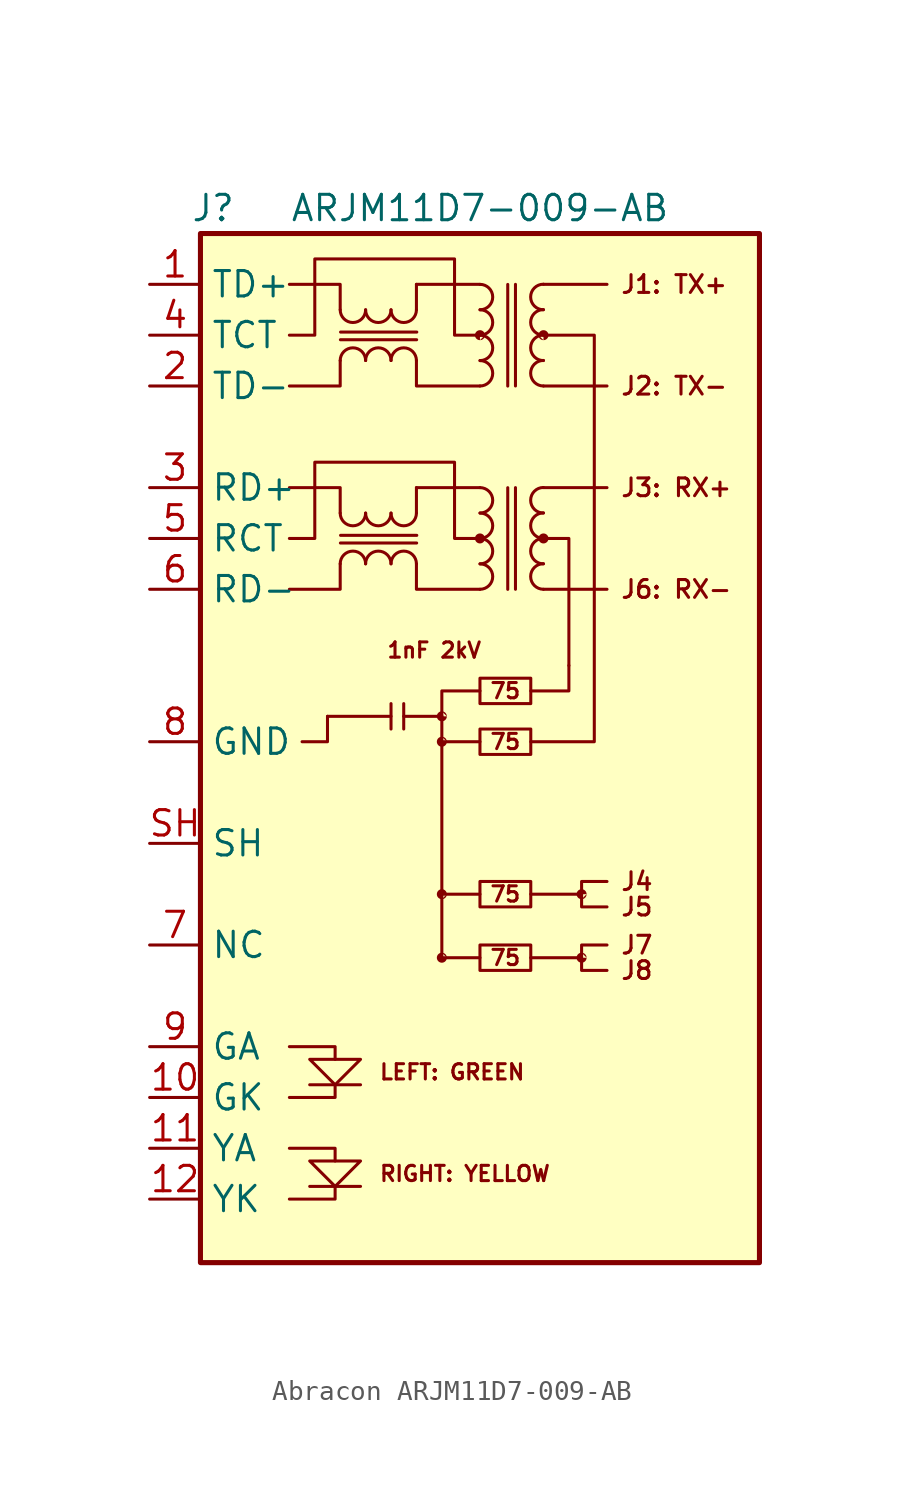
<source format=kicad_sym>
(kicad_symbol_lib
  (version 20241209)
  (generator "kicad_symbol_editor")
  (generator_version "9.0")
  (symbol "Abracon ARJM11D7-009-AB"
    (property "Reference" "J"
      (at 0.635 1.27 0)
      (effects (font (size 1.27 1.27))))
    (property "Value" "ARJM11D7-009-AB"
      (at 13.97 1.27 0)
      (effects (font (size 1.27 1.27))))
    (symbol "Abracon ARJM11D7-009-AB_0_0"
      (polyline (pts (xy 4.445 -40.64) (xy 6.731 -40.64) (xy 6.731 -41.275)) (stroke (width 0) (type default)) (fill (type none)))
      (polyline (pts (xy 4.445 -43.18) (xy 6.731 -43.18) (xy 6.731 -42.545)) (stroke (width 0) (type default)) (fill (type none)))
      (polyline (pts (xy 4.445 -45.72) (xy 6.731 -45.72) (xy 6.731 -46.355)) (stroke (width 0) (type default)) (fill (type none)))
      (polyline (pts (xy 5.461 -46.355) (xy 8.001 -46.355) (xy 6.731 -47.625) (xy 5.461 -46.355)) (stroke (width 0) (type default)) (fill (type none)))
      (polyline (pts (xy 6.731 -47.625) (xy 6.731 -48.26) (xy 4.445 -48.26)) (stroke (width 0) (type default)) (fill (type none)))
      (polyline (pts (xy 8.001 -41.275) (xy 5.461 -41.275) (xy 6.731 -42.545) (xy 8.001 -41.275)) (stroke (width 0) (type default)) (fill (type none)))
      (polyline (pts (xy 8.001 -42.545) (xy 5.461 -42.545)) (stroke (width 0) (type default)) (fill (type none)))
      (polyline (pts (xy 8.001 -47.625) (xy 5.461 -47.625)) (stroke (width 0) (type default)) (fill (type none)))
      (text "75" (at 15.24 -22.86 0) (effects (font (size 0.762 0.762))))
      (text "75" (at 15.24 -25.4 0) (effects (font (size 0.762 0.762))))
      (text "75" (at 15.24 -33.02 0) (effects (font (size 0.762 0.762))))
      (text "75" (at 15.24 -36.195 0) (effects (font (size 0.762 0.762)))))
    (symbol "Abracon ARJM11D7-009-AB_0_1"
      (polyline (pts (xy 4.445 -2.54) (xy 6.985 -2.54) (xy 6.985 -3.81)) (stroke (width 0) (type default)) (fill (type none)))
      (polyline (pts (xy 4.445 -5.08) (xy 5.715 -5.08) (xy 5.715 -1.27) (xy 12.7 -1.27) (xy 12.7 -5.08) (xy 13.97 -5.08)) (stroke (width 0) (type default)) (fill (type none)))
      (polyline (pts (xy 4.445 -7.62) (xy 6.985 -7.62) (xy 6.985 -6.35)) (stroke (width 0) (type default)) (fill (type none)))
      (polyline (pts (xy 4.445 -12.7) (xy 6.985 -12.7) (xy 6.985 -13.97)) (stroke (width 0) (type default)) (fill (type none)))
      (polyline (pts (xy 4.445 -15.24) (xy 5.715 -15.24) (xy 5.715 -11.43) (xy 12.7 -11.43) (xy 12.7 -15.24) (xy 13.97 -15.24)) (stroke (width 0) (type default)) (fill (type none)))
      (polyline (pts (xy 4.445 -17.78) (xy 6.985 -17.78) (xy 6.985 -16.51)) (stroke (width 0) (type default)) (fill (type none)))
      (arc (start 8.255 -3.8127) (mid 7.62 -4.445) (end 6.985 -3.8127) (stroke (width 0) (type default)) (fill (type none)))
      (arc (start 6.985 -6.3473) (mid 7.62 -5.715) (end 8.255 -6.3473) (stroke (width 0) (type default)) (fill (type none)))
      (arc (start 8.255 -13.9727) (mid 7.62 -14.605) (end 6.985 -13.9727) (stroke (width 0) (type default)) (fill (type none)))
      (arc (start 6.985 -16.5073) (mid 7.62 -15.875) (end 8.255 -16.5073) (stroke (width 0) (type default)) (fill (type none)))
      (arc (start 9.525 -3.8127) (mid 8.89 -4.445) (end 8.255 -3.8127) (stroke (width 0) (type default)) (fill (type none)))
      (arc (start 8.255 -6.3473) (mid 8.89 -5.715) (end 9.525 -6.3473) (stroke (width 0) (type default)) (fill (type none)))
      (arc (start 9.525 -13.9727) (mid 8.89 -14.605) (end 8.255 -13.9727) (stroke (width 0) (type default)) (fill (type none)))
      (arc (start 8.255 -16.5073) (mid 8.89 -15.875) (end 9.525 -16.5073) (stroke (width 0) (type default)) (fill (type none)))
      (arc (start 10.795 -3.8127) (mid 10.16 -4.445) (end 9.525 -3.8127) (stroke (width 0) (type default)) (fill (type none)))
      (arc (start 9.525 -6.3473) (mid 10.16 -5.715) (end 10.795 -6.3473) (stroke (width 0) (type default)) (fill (type none)))
      (arc (start 10.795 -13.9727) (mid 10.16 -14.605) (end 9.525 -13.9727) (stroke (width 0) (type default)) (fill (type none)))
      (arc (start 9.525 -16.5073) (mid 10.16 -15.875) (end 10.795 -16.5073) (stroke (width 0) (type default)) (fill (type none)))
      (polyline (pts (xy 10.795 -3.81) (xy 10.795 -2.54)) (stroke (width 0) (type default)) (fill (type none)))
      (polyline (pts (xy 10.795 -6.35) (xy 10.795 -7.62) (xy 13.97 -7.62)) (stroke (width 0) (type default)) (fill (type none)))
      (polyline (pts (xy 10.795 -13.97) (xy 10.795 -12.7)) (stroke (width 0) (type default)) (fill (type none)))
      (polyline (pts (xy 10.795 -16.51) (xy 10.795 -17.78) (xy 13.97 -17.78)) (stroke (width 0) (type default)) (fill (type none)))
      (polyline (pts (xy 10.806 -5.308) (xy 6.995 -5.308)) (stroke (width 0) (type default)) (fill (type none)))
      (polyline (pts (xy 10.806 -15.468) (xy 6.995 -15.468)) (stroke (width 0) (type default)) (fill (type none)))
      (polyline (pts (xy 10.813 -4.925) (xy 7.003 -4.925)) (stroke (width 0) (type default)) (fill (type none)))
      (polyline (pts (xy 10.813 -15.085) (xy 7.003 -15.085)) (stroke (width 0) (type default)) (fill (type none)))
      (polyline (pts (xy 13.97 -2.54) (xy 10.795 -2.54)) (stroke (width 0) (type default)) (fill (type none)))
      (arc (start 13.9727 -2.54) (mid 14.605 -3.175) (end 13.9727 -3.81) (stroke (width 0) (type default)) (fill (type none)))
      (arc (start 13.9727 -3.81) (mid 14.605 -4.445) (end 13.9727 -5.08) (stroke (width 0) (type default)) (fill (type none)))
      (arc (start 13.9727 -5.08) (mid 14.605 -5.715) (end 13.9727 -6.35) (stroke (width 0) (type default)) (fill (type none)))
      (arc (start 13.9727 -6.35) (mid 14.605 -6.985) (end 13.9727 -7.62) (stroke (width 0) (type default)) (fill (type none)))
      (polyline (pts (xy 13.97 -12.7) (xy 10.795 -12.7)) (stroke (width 0) (type default)) (fill (type none)))
      (arc (start 13.9727 -12.7) (mid 14.605 -13.335) (end 13.9727 -13.97) (stroke (width 0) (type default)) (fill (type none)))
      (arc (start 13.9727 -13.97) (mid 14.605 -14.605) (end 13.9727 -15.24) (stroke (width 0) (type default)) (fill (type none)))
      (arc (start 13.9727 -15.24) (mid 14.605 -15.875) (end 13.9727 -16.51) (stroke (width 0) (type default)) (fill (type none)))
      (arc (start 13.9727 -16.51) (mid 14.605 -17.145) (end 13.9727 -17.78) (stroke (width 0) (type default)) (fill (type none)))
      (rectangle (start 13.97 -22.225) (end 16.51 -23.495) (stroke (width 0) (type default)) (fill (type none)))
      (rectangle (start 13.97 -24.765) (end 16.51 -26.035) (stroke (width 0) (type default)) (fill (type none)))
      (rectangle (start 13.97 -32.385) (end 16.51 -33.655) (stroke (width 0) (type default)) (fill (type none)))
      (rectangle (start 13.97 -35.56) (end 16.51 -36.83) (stroke (width 0) (type default)) (fill (type none)))
      (polyline (pts (xy 15.359 -7.624) (xy 15.359 -2.544)) (stroke (width 0) (type default)) (fill (type none)))
      (polyline (pts (xy 15.359 -17.784) (xy 15.359 -12.704)) (stroke (width 0) (type default)) (fill (type none)))
      (polyline (pts (xy 15.745 -7.62) (xy 15.745 -2.54)) (stroke (width 0) (type default)) (fill (type none)))
      (polyline (pts (xy 15.745 -17.78) (xy 15.745 -12.7)) (stroke (width 0) (type default)) (fill (type none)))
      (polyline (pts (xy 17.145 -2.54) (xy 20.32 -2.54)) (stroke (width 0) (type default)) (fill (type none)))
      (arc (start 17.1423 -3.81) (mid 16.51 -3.175) (end 17.1423 -2.54) (stroke (width 0) (type default)) (fill (type none)))
      (arc (start 17.1423 -5.08) (mid 16.51 -4.445) (end 17.1423 -3.81) (stroke (width 0) (type default)) (fill (type none)))
      (arc (start 17.1423 -6.35) (mid 16.51 -5.715) (end 17.1423 -5.08) (stroke (width 0) (type default)) (fill (type none)))
      (arc (start 17.1423 -7.62) (mid 16.51 -6.985) (end 17.1423 -6.35) (stroke (width 0) (type default)) (fill (type none)))
      (polyline (pts (xy 17.145 -7.62) (xy 20.32 -7.62)) (stroke (width 0) (type default)) (fill (type none)))
      (polyline (pts (xy 17.145 -12.7) (xy 20.32 -12.7)) (stroke (width 0) (type default)) (fill (type none)))
      (arc (start 17.1423 -13.97) (mid 16.51 -13.335) (end 17.1423 -12.7) (stroke (width 0) (type default)) (fill (type none)))
      (arc (start 17.1423 -15.24) (mid 16.51 -14.605) (end 17.1423 -13.97) (stroke (width 0) (type default)) (fill (type none)))
      (arc (start 17.1423 -16.51) (mid 16.51 -15.875) (end 17.1423 -15.24) (stroke (width 0) (type default)) (fill (type none)))
      (arc (start 17.1423 -17.78) (mid 16.51 -17.145) (end 17.1423 -16.51) (stroke (width 0) (type default)) (fill (type none)))
      (polyline (pts (xy 17.145 -17.78) (xy 20.32 -17.78)) (stroke (width 0) (type default)) (fill (type none))))
    (symbol "Abracon ARJM11D7-009-AB_1_0"
      (polyline (pts (xy 9.525 -23.495) (xy 9.525 -24.765)) (stroke (width 0) (type default)) (fill (type none)))
      (polyline (pts (xy 9.525 -24.13) (xy 6.35 -24.13)) (stroke (width 0) (type default)) (fill (type none)))
      (polyline (pts (xy 10.16 -23.495) (xy 10.16 -24.765)) (stroke (width 0) (type default)) (fill (type none)))
      (polyline (pts (xy 10.16 -24.13) (xy 12.065 -24.13)) (stroke (width 0) (type default)) (fill (type none)))
      (polyline (pts (xy 13.97 -22.86) (xy 12.065 -22.86) (xy 12.065 -24.13)) (stroke (width 0) (type default)) (fill (type none)))
      (polyline (pts (xy 13.97 -25.4) (xy 12.065 -25.4)) (stroke (width 0) (type default)) (fill (type none)))
      (polyline (pts (xy 13.97 -33.02) (xy 12.065 -33.02) (xy 12.065 -24.13)) (stroke (width 0) (type default)) (fill (type none)))
      (polyline (pts (xy 13.97 -36.195) (xy 12.065 -36.195) (xy 12.065 -33.02)) (stroke (width 0) (type default)) (fill (type none)))
      (polyline (pts (xy 16.51 -22.86) (xy 18.415 -22.86) (xy 18.415 -21.59)) (stroke (width 0) (type default)) (fill (type none)))
      (polyline (pts (xy 17.145 -5.08) (xy 19.685 -5.08) (xy 19.685 -25.4) (xy 16.51 -25.4)) (stroke (width 0) (type default)) (fill (type none)))
      (polyline (pts (xy 17.145 -15.24) (xy 18.415 -15.24) (xy 18.415 -21.59)) (stroke (width 0) (type default)) (fill (type none)))
      (polyline (pts (xy 19.05 -33.02) (xy 16.51 -33.02)) (stroke (width 0) (type default)) (fill (type none)))
      (polyline (pts (xy 19.05 -36.195) (xy 16.51 -36.195)) (stroke (width 0) (type default)) (fill (type none)))
      (polyline (pts (xy 20.32 -32.385) (xy 19.05 -32.385) (xy 19.05 -33.655) (xy 20.32 -33.655)) (stroke (width 0) (type default)) (fill (type none)))
      (polyline (pts (xy 20.32 -35.56) (xy 19.05 -35.56) (xy 19.05 -36.83) (xy 20.32 -36.83)) (stroke (width 0) (type default)) (fill (type none)))
      (text "LEFT: GREEN" (at 8.89 -41.91 0) (effects (font (size 0.762 0.762)) (justify left)))
      (text "RIGHT: YELLOW" (at 8.89 -46.99 0) (effects (font (size 0.762 0.762)) (justify left)))
      (text "1nF 2kV" (at 11.684 -20.828 0) (effects (font (size 0.762 0.762))))
      (text "J1: TX+" (at 20.955 -2.54 0) (effects (font (size 0.889 0.889)) (justify left)))
      (text "J2: TX-" (at 20.955 -7.62 0) (effects (font (size 0.889 0.889)) (justify left)))
      (text "J3: RX+" (at 20.955 -12.7 0) (effects (font (size 0.889 0.889)) (justify left)))
      (text "J6: RX-" (at 20.955 -17.78 0) (effects (font (size 0.889 0.889)) (justify left)))
      (text "J4" (at 20.955 -32.385 0) (effects (font (size 0.889 0.889)) (justify left)))
      (text "J5" (at 20.955 -33.655 0) (effects (font (size 0.889 0.889)) (justify left)))
      (text "J7" (at 20.955 -35.56 0) (effects (font (size 0.889 0.889)) (justify left)))
      (text "J8" (at 20.955 -36.83 0) (effects (font (size 0.889 0.889)) (justify left))))
    (symbol "Abracon ARJM11D7-009-AB_1_1"
      (rectangle (start 0 0) (end 27.94 -51.435) (stroke (width 0.254) (type default)) (fill (type background)))
      (polyline (pts (xy 6.35 -24.13) (xy 6.35 -25.4) (xy 5.08 -25.4)) (stroke (width 0) (type default)) (fill (type none)))
      (circle (center 12.065 -24.13) (radius 0.0001) (stroke (width 0.5) (type solid)) (fill (type outline)))
      (circle (center 12.065 -25.4) (radius 0.0001) (stroke (width 0.5) (type solid)) (fill (type outline)))
      (circle (center 12.065 -33.02) (radius 0.0001) (stroke (width 0.5) (type solid)) (fill (type outline)))
      (circle (center 12.065 -36.195) (radius 0.0001) (stroke (width 0.5) (type solid)) (fill (type outline)))
      (circle (center 13.97 -5.08) (radius 0.0001) (stroke (width 0.5) (type solid)) (fill (type outline)))
      (circle (center 13.97 -15.24) (radius 0.0001) (stroke (width 0.5) (type solid)) (fill (type outline)))
      (circle (center 17.145 -5.08) (radius 0.0001) (stroke (width 0.5) (type solid)) (fill (type outline)))
      (circle (center 17.145 -15.24) (radius 0.0001) (stroke (width 0.5) (type solid)) (fill (type outline)))
      (circle (center 19.05 -33.02) (radius 0.0001) (stroke (width 0.5) (type solid)) (fill (type outline)))
      (circle (center 19.05 -36.195) (radius 0.0001) (stroke (width 0.5) (type solid)) (fill (type outline)))
      (pin passive line (at -2.54 -2.54 0) (length 2.54) (name "TD+" (effects (font (size 1.27 1.27)))) (number "1" (effects (font (size 1.27 1.27)))))
      (pin passive line (at -2.54 -5.08 0) (length 2.54) (name "TCT" (effects (font (size 1.27 1.27)))) (number "4" (effects (font (size 1.27 1.27)))))
      (pin passive line (at -2.54 -7.62 0) (length 2.54) (name "TD-" (effects (font (size 1.27 1.27)))) (number "2" (effects (font (size 1.27 1.27)))))
      (pin passive line (at -2.54 -12.7 0) (length 2.54) (name "RD+" (effects (font (size 1.27 1.27)))) (number "3" (effects (font (size 1.27 1.27)))))
      (pin passive line (at -2.54 -15.24 0) (length 2.54) (name "RCT" (effects (font (size 1.27 1.27)))) (number "5" (effects (font (size 1.27 1.27)))))
      (pin passive line (at -2.54 -17.78 0) (length 2.54) (name "RD-" (effects (font (size 1.27 1.27)))) (number "6" (effects (font (size 1.27 1.27)))))
      (pin passive line (at -2.54 -25.4 0) (length 2.54) (name "GND" (effects (font (size 1.27 1.27)))) (number "8" (effects (font (size 1.27 1.27)))))
      (pin passive line (at -2.54 -30.48 0) (length 2.54) (name "SH" (effects (font (size 1.27 1.27)))) (number "SH" (effects (font (size 1.27 1.27)))))
      (pin passive line (at -2.54 -35.56 0) (length 2.54) (name "NC" (effects (font (size 1.27 1.27)))) (number "7" (effects (font (size 1.27 1.27)))))
      (pin passive line (at -2.54 -40.64 0) (length 2.54) (name "GA" (effects (font (size 1.27 1.27)))) (number "9" (effects (font (size 1.27 1.27)))))
      (pin passive line (at -2.54 -43.18 0) (length 2.54) (name "GK" (effects (font (size 1.27 1.27)))) (number "10" (effects (font (size 1.27 1.27)))))
      (pin passive line (at -2.54 -45.72 0) (length 2.54) (name "YA" (effects (font (size 1.27 1.27)))) (number "11" (effects (font (size 1.27 1.27)))))
      (pin passive line (at -2.54 -48.26 0) (length 2.54) (name "YK" (effects (font (size 1.27 1.27)))) (number "12" (effects (font (size 1.27 1.27))))))))
</source>
